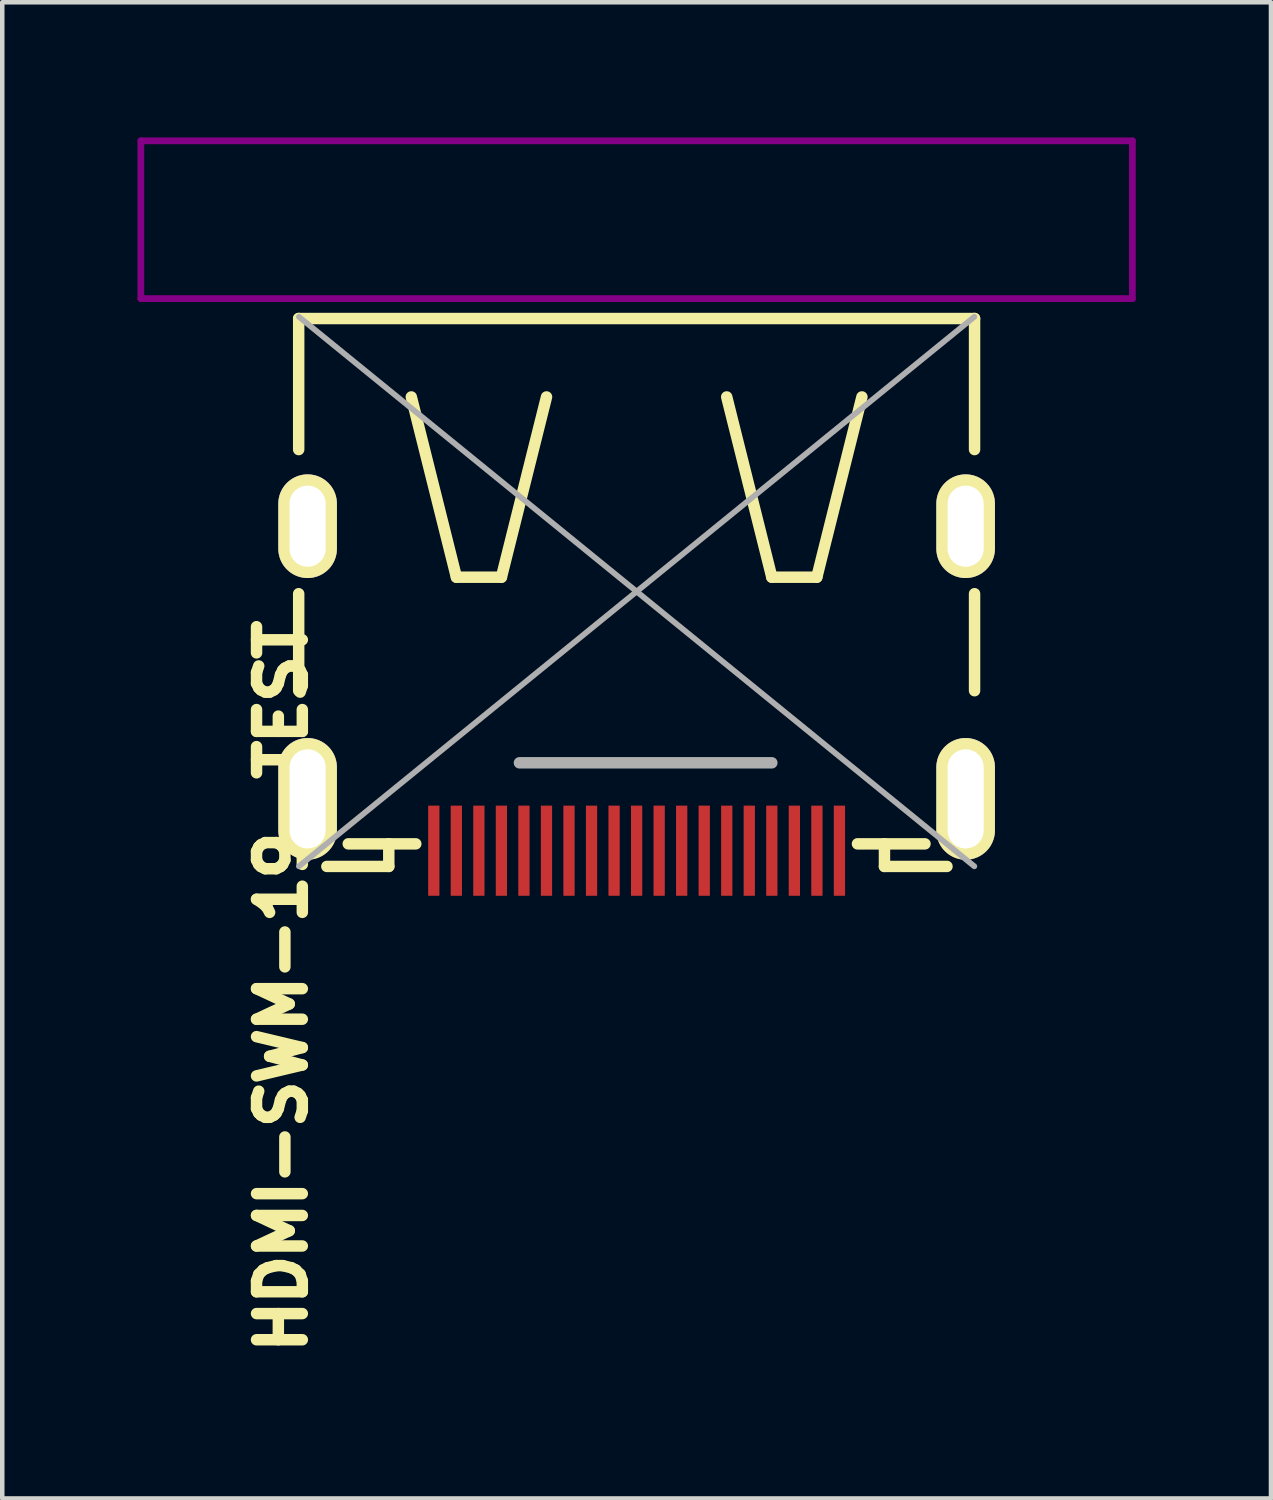
<source format=kicad_pcb>
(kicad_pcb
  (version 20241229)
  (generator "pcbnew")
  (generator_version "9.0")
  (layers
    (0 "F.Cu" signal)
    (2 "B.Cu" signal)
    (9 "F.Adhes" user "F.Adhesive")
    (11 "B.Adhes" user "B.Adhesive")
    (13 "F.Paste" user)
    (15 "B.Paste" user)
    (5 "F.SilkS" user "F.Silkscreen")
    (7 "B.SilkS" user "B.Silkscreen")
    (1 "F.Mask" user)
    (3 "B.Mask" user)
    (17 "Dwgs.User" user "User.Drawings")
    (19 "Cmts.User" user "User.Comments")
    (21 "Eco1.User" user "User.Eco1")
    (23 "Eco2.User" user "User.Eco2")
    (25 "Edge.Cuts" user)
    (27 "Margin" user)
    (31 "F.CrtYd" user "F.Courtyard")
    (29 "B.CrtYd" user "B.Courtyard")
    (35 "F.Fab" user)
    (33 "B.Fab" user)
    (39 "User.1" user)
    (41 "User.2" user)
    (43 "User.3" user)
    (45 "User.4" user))
  (footprint "HDMI-SWM-19-TEST"
    (layer "F.Cu")
    (at 11.075 10.075)
    (property "Reference" "HDMI-SWM-19-TEST" (at -7.874 8.763 90) (layer "F.SilkS") (effects (font (size 1.016 1.016) (thickness 0.254))))
    (attr smd)
    (fp_line (start -7.498 -6.058) (end 7.498 -6.058) (stroke (width 0.254) (type solid)) (layer "F.SilkS"))
    (fp_line (start -7.498 -3.15) (end -7.498 -6.058) (stroke (width 0.254) (type solid)) (layer "F.SilkS"))
    (fp_line (start -7.498 2.2) (end -7.498 0.048) (stroke (width 0.254) (type solid)) (layer "F.SilkS"))
    (fp_line (start -6.873 6.099) (end -5.499 6.099) (stroke (width 0.254) (type solid)) (layer "F.SilkS"))
    (fp_line (start -5.499 5.598) (end -6.398 5.598) (stroke (width 0.254) (type solid)) (layer "F.SilkS"))
    (fp_line (start -5.499 6.099) (end -5.499 5.598) (stroke (width 0.254) (type solid)) (layer "F.SilkS"))
    (fp_line (start -4.9 5.598) (end -5.499 5.598) (stroke (width 0.254) (type solid)) (layer "F.SilkS"))
    (fp_line (start -3.998 -0.318) (end -4.999 -4.318) (stroke (width 0.254) (type solid)) (layer "F.SilkS"))
    (fp_line (start -3 -0.318) (end -3.998 -0.318) (stroke (width 0.254) (type solid)) (layer "F.SilkS"))
    (fp_line (start -1.999 -4.318) (end -3 -0.318) (stroke (width 0.254) (type solid)) (layer "F.SilkS"))
    (fp_line (start 1.999 -4.318) (end 3 -0.318) (stroke (width 0.254) (type solid)) (layer "F.SilkS"))
    (fp_line (start 3 -0.318) (end 3.998 -0.318) (stroke (width 0.254) (type solid)) (layer "F.SilkS"))
    (fp_line (start 3.998 -0.318) (end 4.999 -4.318) (stroke (width 0.254) (type solid)) (layer "F.SilkS"))
    (fp_line (start 5.499 5.598) (end 4.9 5.598) (stroke (width 0.254) (type solid)) (layer "F.SilkS"))
    (fp_line (start 5.499 5.598) (end 5.499 6.099) (stroke (width 0.254) (type solid)) (layer "F.SilkS"))
    (fp_line (start 5.499 6.099) (end 6.886 6.099) (stroke (width 0.254) (type solid)) (layer "F.SilkS"))
    (fp_line (start 6.398 5.598) (end 5.499 5.598) (stroke (width 0.254) (type solid)) (layer "F.SilkS"))
    (fp_line (start 7.498 -6.058) (end 7.498 -3.15) (stroke (width 0.254) (type solid)) (layer "F.SilkS"))
    (fp_line (start 7.498 0.048) (end 7.498 2.2) (stroke (width 0.254) (type solid)) (layer "F.SilkS"))
    (fp_line (start -11 -10) (end -11 -6.5) (stroke (width 0.15) (type solid)) (layer "F.Adhes"))
    (fp_line (start 11 -10) (end -11 -10) (stroke (width 0.15) (type solid)) (layer "F.Adhes"))
    (fp_line (start 11 -6.5) (end -11 -6.5) (stroke (width 0.15) (type solid)) (layer "F.Adhes"))
    (fp_line (start 11 -6.5) (end 11 -10) (stroke (width 0.15) (type solid)) (layer "F.Adhes"))
    (fp_line (start -7.493 -6.096) (end 7.493 6.096) (stroke (width 0.127) (type solid)) (layer "F.Fab"))
    (fp_line (start -2.6 3.8) (end 3 3.8) (stroke (width 0.254) (type solid)) (layer "F.Fab"))
    (fp_line (start 7.493 -6.096) (end -7.493 6.096) (stroke (width 0.127) (type solid)) (layer "F.Fab"))
    (pad "0" thru_hole oval (at -7.3 -1.45) (size 1.3 2.3) (drill oval 0.8 1.8) (layers "*.Cu" "*.Mask" "F.SilkS"))
    (pad "0" thru_hole oval (at -7.3 4.6) (size 1.3 2.7) (drill oval 0.8 2.2) (layers "*.Cu" "*.Mask" "F.SilkS"))
    (pad "0" thru_hole oval (at 7.3 -1.45) (size 1.3 2.3) (drill oval 0.8 1.8) (layers "*.Cu" "*.Mask" "F.SilkS"))
    (pad "0" thru_hole oval (at 7.3 4.6) (size 1.3 2.7) (drill oval 0.8 2.2) (layers "*.Cu" "*.Mask" "F.SilkS"))
    (pad "1" smd rect (at -4.5 5.75 90) (size 2 0.25) (layers "F.Cu" "F.Mask" "F.Paste"))
    (pad "2" smd rect (at -4 5.75 90) (size 2 0.25) (layers "F.Cu" "F.Mask" "F.Paste"))
    (pad "3" smd rect (at -3.5 5.75 90) (size 2 0.25) (layers "F.Cu" "F.Mask" "F.Paste"))
    (pad "4" smd rect (at -3 5.75 90) (size 2 0.25) (layers "F.Cu" "F.Mask" "F.Paste"))
    (pad "5" smd rect (at -2.5 5.75 90) (size 2 0.25) (layers "F.Cu" "F.Mask" "F.Paste"))
    (pad "6" smd rect (at -2 5.75 90) (size 2 0.25) (layers "F.Cu" "F.Mask" "F.Paste"))
    (pad "7" smd rect (at -1.5 5.75 90) (size 2 0.25) (layers "F.Cu" "F.Mask" "F.Paste"))
    (pad "8" smd rect (at -1 5.75 90) (size 2 0.25) (layers "F.Cu" "F.Mask" "F.Paste"))
    (pad "9" smd rect (at -0.5 5.75 90) (size 2 0.25) (layers "F.Cu" "F.Mask" "F.Paste"))
    (pad "10" smd rect (at 0 5.75 90) (size 2 0.25) (layers "F.Cu" "F.Mask" "F.Paste"))
    (pad "11" smd rect (at 0.5 5.75 90) (size 2 0.25) (layers "F.Cu" "F.Mask" "F.Paste"))
    (pad "12" smd rect (at 1 5.75 90) (size 2 0.25) (layers "F.Cu" "F.Mask" "F.Paste"))
    (pad "13" smd rect (at 1.5 5.75 90) (size 2 0.25) (layers "F.Cu" "F.Mask" "F.Paste"))
    (pad "14" smd rect (at 2 5.75 90) (size 2 0.25) (layers "F.Cu" "F.Mask" "F.Paste"))
    (pad "15" smd rect (at 2.5 5.75 90) (size 2 0.25) (layers "F.Cu" "F.Mask" "F.Paste"))
    (pad "16" smd rect (at 3 5.75 90) (size 2 0.25) (layers "F.Cu" "F.Mask" "F.Paste"))
    (pad "17" smd rect (at 3.5 5.75 90) (size 2 0.25) (layers "F.Cu" "F.Mask" "F.Paste"))
    (pad "18" smd rect (at 4 5.75 90) (size 2 0.25) (layers "F.Cu" "F.Mask" "F.Paste"))
    (pad "19" smd rect (at 4.5 5.75 90) (size 2 0.25) (layers "F.Cu" "F.Mask" "F.Paste")))
  (gr_rect
    (start -3 -3)
    (end 25.15 30.197)
    (stroke (width 0.1) (type default))
    (fill no)
    (layer "Edge.Cuts")))
</source>
